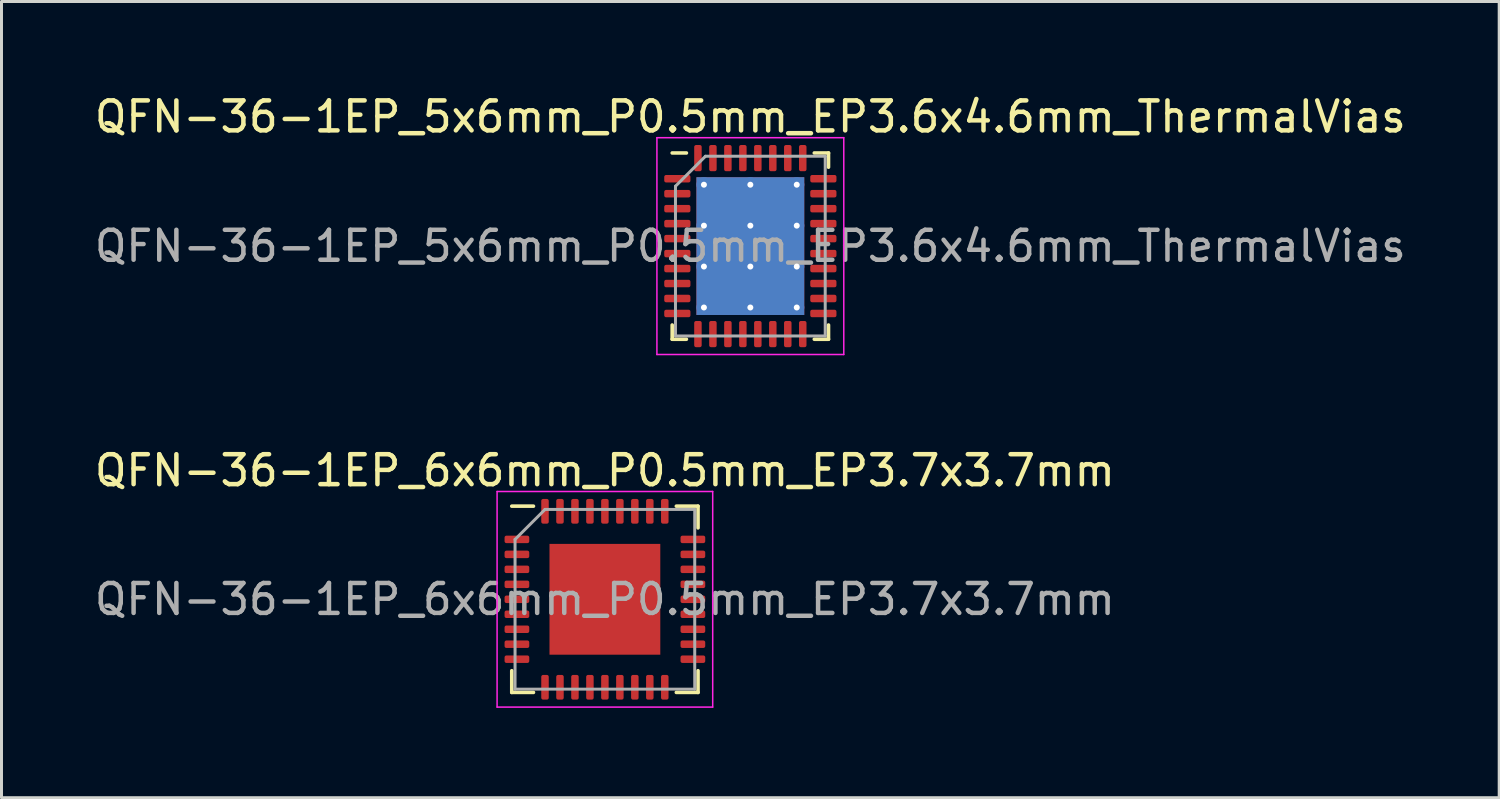
<source format=kicad_pcb>
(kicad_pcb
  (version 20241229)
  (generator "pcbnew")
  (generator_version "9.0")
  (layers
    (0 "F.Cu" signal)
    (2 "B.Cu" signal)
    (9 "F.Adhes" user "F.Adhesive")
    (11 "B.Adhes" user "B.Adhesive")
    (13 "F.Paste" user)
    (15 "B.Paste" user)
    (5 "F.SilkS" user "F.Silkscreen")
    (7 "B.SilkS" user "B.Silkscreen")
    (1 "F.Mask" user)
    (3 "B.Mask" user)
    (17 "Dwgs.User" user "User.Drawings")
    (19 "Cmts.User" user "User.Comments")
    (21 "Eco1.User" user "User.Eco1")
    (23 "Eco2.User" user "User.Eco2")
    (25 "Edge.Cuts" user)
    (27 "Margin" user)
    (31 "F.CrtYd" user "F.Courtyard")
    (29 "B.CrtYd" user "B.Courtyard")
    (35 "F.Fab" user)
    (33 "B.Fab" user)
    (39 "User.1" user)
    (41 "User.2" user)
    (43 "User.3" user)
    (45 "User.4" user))
  (footprint "QFN-36-1EP_6x6mm_P0.5mm_EP3.7x3.7mm"
    (layer "F.Cu")
    (at 17.149 16.962)
    (property "Reference" "QFN-36-1EP_6x6mm_P0.5mm_EP3.7x3.7mm" (at 0 -4.3 0) (layer "F.SilkS") (effects (font (size 1 1) (thickness 0.15))))
    (attr smd)
    (fp_line (start -3.11 3.11) (end -3.11 2.385) (stroke (width 0.12) (type solid)) (layer "F.SilkS"))
    (fp_line (start -2.385 -3.11) (end -3.11 -3.11) (stroke (width 0.12) (type solid)) (layer "F.SilkS"))
    (fp_line (start -2.385 3.11) (end -3.11 3.11) (stroke (width 0.12) (type solid)) (layer "F.SilkS"))
    (fp_line (start 2.385 -3.11) (end 3.11 -3.11) (stroke (width 0.12) (type solid)) (layer "F.SilkS"))
    (fp_line (start 2.385 3.11) (end 3.11 3.11) (stroke (width 0.12) (type solid)) (layer "F.SilkS"))
    (fp_line (start 3.11 -3.11) (end 3.11 -2.385) (stroke (width 0.12) (type solid)) (layer "F.SilkS"))
    (fp_line (start 3.11 3.11) (end 3.11 2.385) (stroke (width 0.12) (type solid)) (layer "F.SilkS"))
    (fp_line (start -3.6 -3.6) (end -3.6 3.6) (stroke (width 0.05) (type solid)) (layer "F.CrtYd"))
    (fp_line (start -3.6 3.6) (end 3.6 3.6) (stroke (width 0.05) (type solid)) (layer "F.CrtYd"))
    (fp_line (start 3.6 -3.6) (end -3.6 -3.6) (stroke (width 0.05) (type solid)) (layer "F.CrtYd"))
    (fp_line (start 3.6 3.6) (end 3.6 -3.6) (stroke (width 0.05) (type solid)) (layer "F.CrtYd"))
    (fp_line (start -3 -2) (end -2 -3) (stroke (width 0.1) (type solid)) (layer "F.Fab"))
    (fp_line (start -3 3) (end -3 -2) (stroke (width 0.1) (type solid)) (layer "F.Fab"))
    (fp_line (start -2 -3) (end 3 -3) (stroke (width 0.1) (type solid)) (layer "F.Fab"))
    (fp_line (start 3 -3) (end 3 3) (stroke (width 0.1) (type solid)) (layer "F.Fab"))
    (fp_line (start 3 3) (end -3 3) (stroke (width 0.1) (type solid)) (layer "F.Fab"))
    (fp_text user "${REFERENCE}" (at 0 0 0) (layer "F.Fab") (effects (font (size 1 1) (thickness 0.15))))
    (pad "" smd roundrect (at -1.23 -1.23) (size 0.99 0.99) (layers "F.Paste") (roundrect_rratio 0.25))
    (pad "" smd roundrect (at -1.23 0) (size 0.99 0.99) (layers "F.Paste") (roundrect_rratio 0.25))
    (pad "" smd roundrect (at -1.23 1.23) (size 0.99 0.99) (layers "F.Paste") (roundrect_rratio 0.25))
    (pad "" smd roundrect (at 0 -1.23) (size 0.99 0.99) (layers "F.Paste") (roundrect_rratio 0.25))
    (pad "" smd roundrect (at 0 0) (size 0.99 0.99) (layers "F.Paste") (roundrect_rratio 0.25))
    (pad "" smd roundrect (at 0 1.23) (size 0.99 0.99) (layers "F.Paste") (roundrect_rratio 0.25))
    (pad "" smd roundrect (at 1.23 -1.23) (size 0.99 0.99) (layers "F.Paste") (roundrect_rratio 0.25))
    (pad "" smd roundrect (at 1.23 0) (size 0.99 0.99) (layers "F.Paste") (roundrect_rratio 0.25))
    (pad "" smd roundrect (at 1.23 1.23) (size 0.99 0.99) (layers "F.Paste") (roundrect_rratio 0.25))
    (pad "1" smd roundrect (at -2.938 -2) (size 0.825 0.25) (layers "F.Cu" "F.Mask" "F.Paste") (roundrect_rratio 0.25))
    (pad "2" smd roundrect (at -2.938 -1.5) (size 0.825 0.25) (layers "F.Cu" "F.Mask" "F.Paste") (roundrect_rratio 0.25))
    (pad "3" smd roundrect (at -2.938 -1) (size 0.825 0.25) (layers "F.Cu" "F.Mask" "F.Paste") (roundrect_rratio 0.25))
    (pad "4" smd roundrect (at -2.938 -0.5) (size 0.825 0.25) (layers "F.Cu" "F.Mask" "F.Paste") (roundrect_rratio 0.25))
    (pad "5" smd roundrect (at -2.938 0) (size 0.825 0.25) (layers "F.Cu" "F.Mask" "F.Paste") (roundrect_rratio 0.25))
    (pad "6" smd roundrect (at -2.938 0.5) (size 0.825 0.25) (layers "F.Cu" "F.Mask" "F.Paste") (roundrect_rratio 0.25))
    (pad "7" smd roundrect (at -2.938 1) (size 0.825 0.25) (layers "F.Cu" "F.Mask" "F.Paste") (roundrect_rratio 0.25))
    (pad "8" smd roundrect (at -2.938 1.5) (size 0.825 0.25) (layers "F.Cu" "F.Mask" "F.Paste") (roundrect_rratio 0.25))
    (pad "9" smd roundrect (at -2.938 2) (size 0.825 0.25) (layers "F.Cu" "F.Mask" "F.Paste") (roundrect_rratio 0.25))
    (pad "10" smd roundrect (at -2 2.938) (size 0.25 0.825) (layers "F.Cu" "F.Mask" "F.Paste") (roundrect_rratio 0.25))
    (pad "11" smd roundrect (at -1.5 2.938) (size 0.25 0.825) (layers "F.Cu" "F.Mask" "F.Paste") (roundrect_rratio 0.25))
    (pad "12" smd roundrect (at -1 2.938) (size 0.25 0.825) (layers "F.Cu" "F.Mask" "F.Paste") (roundrect_rratio 0.25))
    (pad "13" smd roundrect (at -0.5 2.938) (size 0.25 0.825) (layers "F.Cu" "F.Mask" "F.Paste") (roundrect_rratio 0.25))
    (pad "14" smd roundrect (at 0 2.938) (size 0.25 0.825) (layers "F.Cu" "F.Mask" "F.Paste") (roundrect_rratio 0.25))
    (pad "15" smd roundrect (at 0.5 2.938) (size 0.25 0.825) (layers "F.Cu" "F.Mask" "F.Paste") (roundrect_rratio 0.25))
    (pad "16" smd roundrect (at 1 2.938) (size 0.25 0.825) (layers "F.Cu" "F.Mask" "F.Paste") (roundrect_rratio 0.25))
    (pad "17" smd roundrect (at 1.5 2.938) (size 0.25 0.825) (layers "F.Cu" "F.Mask" "F.Paste") (roundrect_rratio 0.25))
    (pad "18" smd roundrect (at 2 2.938) (size 0.25 0.825) (layers "F.Cu" "F.Mask" "F.Paste") (roundrect_rratio 0.25))
    (pad "19" smd roundrect (at 2.938 2) (size 0.825 0.25) (layers "F.Cu" "F.Mask" "F.Paste") (roundrect_rratio 0.25))
    (pad "20" smd roundrect (at 2.938 1.5) (size 0.825 0.25) (layers "F.Cu" "F.Mask" "F.Paste") (roundrect_rratio 0.25))
    (pad "21" smd roundrect (at 2.938 1) (size 0.825 0.25) (layers "F.Cu" "F.Mask" "F.Paste") (roundrect_rratio 0.25))
    (pad "22" smd roundrect (at 2.938 0.5) (size 0.825 0.25) (layers "F.Cu" "F.Mask" "F.Paste") (roundrect_rratio 0.25))
    (pad "23" smd roundrect (at 2.938 0) (size 0.825 0.25) (layers "F.Cu" "F.Mask" "F.Paste") (roundrect_rratio 0.25))
    (pad "24" smd roundrect (at 2.938 -0.5) (size 0.825 0.25) (layers "F.Cu" "F.Mask" "F.Paste") (roundrect_rratio 0.25))
    (pad "25" smd roundrect (at 2.938 -1) (size 0.825 0.25) (layers "F.Cu" "F.Mask" "F.Paste") (roundrect_rratio 0.25))
    (pad "26" smd roundrect (at 2.938 -1.5) (size 0.825 0.25) (layers "F.Cu" "F.Mask" "F.Paste") (roundrect_rratio 0.25))
    (pad "27" smd roundrect (at 2.938 -2) (size 0.825 0.25) (layers "F.Cu" "F.Mask" "F.Paste") (roundrect_rratio 0.25))
    (pad "28" smd roundrect (at 2 -2.938) (size 0.25 0.825) (layers "F.Cu" "F.Mask" "F.Paste") (roundrect_rratio 0.25))
    (pad "29" smd roundrect (at 1.5 -2.938) (size 0.25 0.825) (layers "F.Cu" "F.Mask" "F.Paste") (roundrect_rratio 0.25))
    (pad "30" smd roundrect (at 1 -2.938) (size 0.25 0.825) (layers "F.Cu" "F.Mask" "F.Paste") (roundrect_rratio 0.25))
    (pad "31" smd roundrect (at 0.5 -2.938) (size 0.25 0.825) (layers "F.Cu" "F.Mask" "F.Paste") (roundrect_rratio 0.25))
    (pad "32" smd roundrect (at 0 -2.938) (size 0.25 0.825) (layers "F.Cu" "F.Mask" "F.Paste") (roundrect_rratio 0.25))
    (pad "33" smd roundrect (at -0.5 -2.938) (size 0.25 0.825) (layers "F.Cu" "F.Mask" "F.Paste") (roundrect_rratio 0.25))
    (pad "34" smd roundrect (at -1 -2.938) (size 0.25 0.825) (layers "F.Cu" "F.Mask" "F.Paste") (roundrect_rratio 0.25))
    (pad "35" smd roundrect (at -1.5 -2.938) (size 0.25 0.825) (layers "F.Cu" "F.Mask" "F.Paste") (roundrect_rratio 0.25))
    (pad "36" smd roundrect (at -2 -2.938) (size 0.25 0.825) (layers "F.Cu" "F.Mask" "F.Paste") (roundrect_rratio 0.25))
    (pad "37" smd rect (at 0 0) (size 3.7 3.7) (layers "F.Cu" "F.Mask")))
  (footprint "QFN-36-1EP_5x6mm_P0.5mm_EP3.6x4.6mm_ThermalVias"
    (layer "F.Cu")
    (at 22.006 5.168)
    (property "Reference" "QFN-36-1EP_5x6mm_P0.5mm_EP3.6x4.6mm_ThermalVias" (at 0 -4.32 0) (layer "F.SilkS") (effects (font (size 1 1) (thickness 0.15))))
    (attr smd)
    (fp_line (start -2.61 3.11) (end -2.61 2.635) (stroke (width 0.12) (type solid)) (layer "F.SilkS"))
    (fp_line (start -2.135 -3.11) (end -2.61 -3.11) (stroke (width 0.12) (type solid)) (layer "F.SilkS"))
    (fp_line (start -2.135 3.11) (end -2.61 3.11) (stroke (width 0.12) (type solid)) (layer "F.SilkS"))
    (fp_line (start 2.135 -3.11) (end 2.61 -3.11) (stroke (width 0.12) (type solid)) (layer "F.SilkS"))
    (fp_line (start 2.135 3.11) (end 2.61 3.11) (stroke (width 0.12) (type solid)) (layer "F.SilkS"))
    (fp_line (start 2.61 -3.11) (end 2.61 -2.635) (stroke (width 0.12) (type solid)) (layer "F.SilkS"))
    (fp_line (start 2.61 3.11) (end 2.61 2.635) (stroke (width 0.12) (type solid)) (layer "F.SilkS"))
    (fp_line (start -3.12 -3.62) (end -3.12 3.62) (stroke (width 0.05) (type solid)) (layer "F.CrtYd"))
    (fp_line (start -3.12 3.62) (end 3.12 3.62) (stroke (width 0.05) (type solid)) (layer "F.CrtYd"))
    (fp_line (start 3.12 -3.62) (end -3.12 -3.62) (stroke (width 0.05) (type solid)) (layer "F.CrtYd"))
    (fp_line (start 3.12 3.62) (end 3.12 -3.62) (stroke (width 0.05) (type solid)) (layer "F.CrtYd"))
    (fp_line (start -2.5 -2) (end -1.5 -3) (stroke (width 0.1) (type solid)) (layer "F.Fab"))
    (fp_line (start -2.5 3) (end -2.5 -2) (stroke (width 0.1) (type solid)) (layer "F.Fab"))
    (fp_line (start -1.5 -3) (end 2.5 -3) (stroke (width 0.1) (type solid)) (layer "F.Fab"))
    (fp_line (start 2.5 -3) (end 2.5 3) (stroke (width 0.1) (type solid)) (layer "F.Fab"))
    (fp_line (start 2.5 3) (end -2.5 3) (stroke (width 0.1) (type solid)) (layer "F.Fab"))
    (fp_text user "${REFERENCE}" (at 0 0 0) (layer "F.Fab") (effects (font (size 1 1) (thickness 0.15))))
    (pad "" smd roundrect (at -0.775 -1.367) (size 1.394 1.188) (layers "F.Paste") (roundrect_rratio 0.21))
    (pad "" smd roundrect (at -0.775 0) (size 1.394 1.188) (layers "F.Paste") (roundrect_rratio 0.21))
    (pad "" smd roundrect (at -0.775 1.367) (size 1.394 1.188) (layers "F.Paste") (roundrect_rratio 0.21))
    (pad "" smd roundrect (at 0.775 -1.367) (size 1.394 1.188) (layers "F.Paste") (roundrect_rratio 0.21))
    (pad "" smd roundrect (at 0.775 0) (size 1.394 1.188) (layers "F.Paste") (roundrect_rratio 0.21))
    (pad "" smd roundrect (at 0.775 1.367) (size 1.394 1.188) (layers "F.Paste") (roundrect_rratio 0.21))
    (pad "1" smd roundrect (at -2.438 -2.25) (size 0.875 0.25) (layers "F.Cu" "F.Mask" "F.Paste") (roundrect_rratio 0.25))
    (pad "2" smd roundrect (at -2.438 -1.75) (size 0.875 0.25) (layers "F.Cu" "F.Mask" "F.Paste") (roundrect_rratio 0.25))
    (pad "3" smd roundrect (at -2.438 -1.25) (size 0.875 0.25) (layers "F.Cu" "F.Mask" "F.Paste") (roundrect_rratio 0.25))
    (pad "4" smd roundrect (at -2.438 -0.75) (size 0.875 0.25) (layers "F.Cu" "F.Mask" "F.Paste") (roundrect_rratio 0.25))
    (pad "5" smd roundrect (at -2.438 -0.25) (size 0.875 0.25) (layers "F.Cu" "F.Mask" "F.Paste") (roundrect_rratio 0.25))
    (pad "6" smd roundrect (at -2.438 0.25) (size 0.875 0.25) (layers "F.Cu" "F.Mask" "F.Paste") (roundrect_rratio 0.25))
    (pad "7" smd roundrect (at -2.438 0.75) (size 0.875 0.25) (layers "F.Cu" "F.Mask" "F.Paste") (roundrect_rratio 0.25))
    (pad "8" smd roundrect (at -2.438 1.25) (size 0.875 0.25) (layers "F.Cu" "F.Mask" "F.Paste") (roundrect_rratio 0.25))
    (pad "9" smd roundrect (at -2.438 1.75) (size 0.875 0.25) (layers "F.Cu" "F.Mask" "F.Paste") (roundrect_rratio 0.25))
    (pad "10" smd roundrect (at -2.438 2.25) (size 0.875 0.25) (layers "F.Cu" "F.Mask" "F.Paste") (roundrect_rratio 0.25))
    (pad "11" smd roundrect (at -1.75 2.938) (size 0.25 0.875) (layers "F.Cu" "F.Mask" "F.Paste") (roundrect_rratio 0.25))
    (pad "12" smd roundrect (at -1.25 2.938) (size 0.25 0.875) (layers "F.Cu" "F.Mask" "F.Paste") (roundrect_rratio 0.25))
    (pad "13" smd roundrect (at -0.75 2.938) (size 0.25 0.875) (layers "F.Cu" "F.Mask" "F.Paste") (roundrect_rratio 0.25))
    (pad "14" smd roundrect (at -0.25 2.938) (size 0.25 0.875) (layers "F.Cu" "F.Mask" "F.Paste") (roundrect_rratio 0.25))
    (pad "15" smd roundrect (at 0.25 2.938) (size 0.25 0.875) (layers "F.Cu" "F.Mask" "F.Paste") (roundrect_rratio 0.25))
    (pad "16" smd roundrect (at 0.75 2.938) (size 0.25 0.875) (layers "F.Cu" "F.Mask" "F.Paste") (roundrect_rratio 0.25))
    (pad "17" smd roundrect (at 1.25 2.938) (size 0.25 0.875) (layers "F.Cu" "F.Mask" "F.Paste") (roundrect_rratio 0.25))
    (pad "18" smd roundrect (at 1.75 2.938) (size 0.25 0.875) (layers "F.Cu" "F.Mask" "F.Paste") (roundrect_rratio 0.25))
    (pad "19" smd roundrect (at 2.438 2.25) (size 0.875 0.25) (layers "F.Cu" "F.Mask" "F.Paste") (roundrect_rratio 0.25))
    (pad "20" smd roundrect (at 2.438 1.75) (size 0.875 0.25) (layers "F.Cu" "F.Mask" "F.Paste") (roundrect_rratio 0.25))
    (pad "21" smd roundrect (at 2.438 1.25) (size 0.875 0.25) (layers "F.Cu" "F.Mask" "F.Paste") (roundrect_rratio 0.25))
    (pad "22" smd roundrect (at 2.438 0.75) (size 0.875 0.25) (layers "F.Cu" "F.Mask" "F.Paste") (roundrect_rratio 0.25))
    (pad "23" smd roundrect (at 2.438 0.25) (size 0.875 0.25) (layers "F.Cu" "F.Mask" "F.Paste") (roundrect_rratio 0.25))
    (pad "24" smd roundrect (at 2.438 -0.25) (size 0.875 0.25) (layers "F.Cu" "F.Mask" "F.Paste") (roundrect_rratio 0.25))
    (pad "25" smd roundrect (at 2.438 -0.75) (size 0.875 0.25) (layers "F.Cu" "F.Mask" "F.Paste") (roundrect_rratio 0.25))
    (pad "26" smd roundrect (at 2.438 -1.25) (size 0.875 0.25) (layers "F.Cu" "F.Mask" "F.Paste") (roundrect_rratio 0.25))
    (pad "27" smd roundrect (at 2.438 -1.75) (size 0.875 0.25) (layers "F.Cu" "F.Mask" "F.Paste") (roundrect_rratio 0.25))
    (pad "28" smd roundrect (at 2.438 -2.25) (size 0.875 0.25) (layers "F.Cu" "F.Mask" "F.Paste") (roundrect_rratio 0.25))
    (pad "29" smd roundrect (at 1.75 -2.938) (size 0.25 0.875) (layers "F.Cu" "F.Mask" "F.Paste") (roundrect_rratio 0.25))
    (pad "30" smd roundrect (at 1.25 -2.938) (size 0.25 0.875) (layers "F.Cu" "F.Mask" "F.Paste") (roundrect_rratio 0.25))
    (pad "31" smd roundrect (at 0.75 -2.938) (size 0.25 0.875) (layers "F.Cu" "F.Mask" "F.Paste") (roundrect_rratio 0.25))
    (pad "32" smd roundrect (at 0.25 -2.938) (size 0.25 0.875) (layers "F.Cu" "F.Mask" "F.Paste") (roundrect_rratio 0.25))
    (pad "33" smd roundrect (at -0.25 -2.938) (size 0.25 0.875) (layers "F.Cu" "F.Mask" "F.Paste") (roundrect_rratio 0.25))
    (pad "34" smd roundrect (at -0.75 -2.938) (size 0.25 0.875) (layers "F.Cu" "F.Mask" "F.Paste") (roundrect_rratio 0.25))
    (pad "35" smd roundrect (at -1.25 -2.938) (size 0.25 0.875) (layers "F.Cu" "F.Mask" "F.Paste") (roundrect_rratio 0.25))
    (pad "36" smd roundrect (at -1.75 -2.938) (size 0.25 0.875) (layers "F.Cu" "F.Mask" "F.Paste") (roundrect_rratio 0.25))
    (pad "37" thru_hole circle (at -1.55 -2.05) (size 0.5 0.5) (drill 0.2) (layers "*.Cu"))
    (pad "37" thru_hole circle (at -1.55 -0.683) (size 0.5 0.5) (drill 0.2) (layers "*.Cu"))
    (pad "37" thru_hole circle (at -1.55 0.683) (size 0.5 0.5) (drill 0.2) (layers "*.Cu"))
    (pad "37" thru_hole circle (at -1.55 2.05) (size 0.5 0.5) (drill 0.2) (layers "*.Cu"))
    (pad "37" thru_hole circle (at 0 -2.05) (size 0.5 0.5) (drill 0.2) (layers "*.Cu"))
    (pad "37" thru_hole circle (at 0 -0.683) (size 0.5 0.5) (drill 0.2) (layers "*.Cu"))
    (pad "37" smd rect (at 0 0) (size 3.6 4.6) (layers "F.Cu" "F.Mask"))
    (pad "37" smd rect (at 0 0) (size 3.6 4.6) (layers "B.Cu"))
    (pad "37" thru_hole circle (at 0 0.683) (size 0.5 0.5) (drill 0.2) (layers "*.Cu"))
    (pad "37" thru_hole circle (at 0 2.05) (size 0.5 0.5) (drill 0.2) (layers "*.Cu"))
    (pad "37" thru_hole circle (at 1.55 -2.05) (size 0.5 0.5) (drill 0.2) (layers "*.Cu"))
    (pad "37" thru_hole circle (at 1.55 -0.683) (size 0.5 0.5) (drill 0.2) (layers "*.Cu"))
    (pad "37" thru_hole circle (at 1.55 0.683) (size 0.5 0.5) (drill 0.2) (layers "*.Cu"))
    (pad "37" thru_hole circle (at 1.55 2.05) (size 0.5 0.5) (drill 0.2) (layers "*.Cu")))
  (gr_rect
    (start -3 -3)
    (end 47.012 23.587)
    (stroke (width 0.1) (type default))
    (fill no)
    (layer "Edge.Cuts")))
</source>
